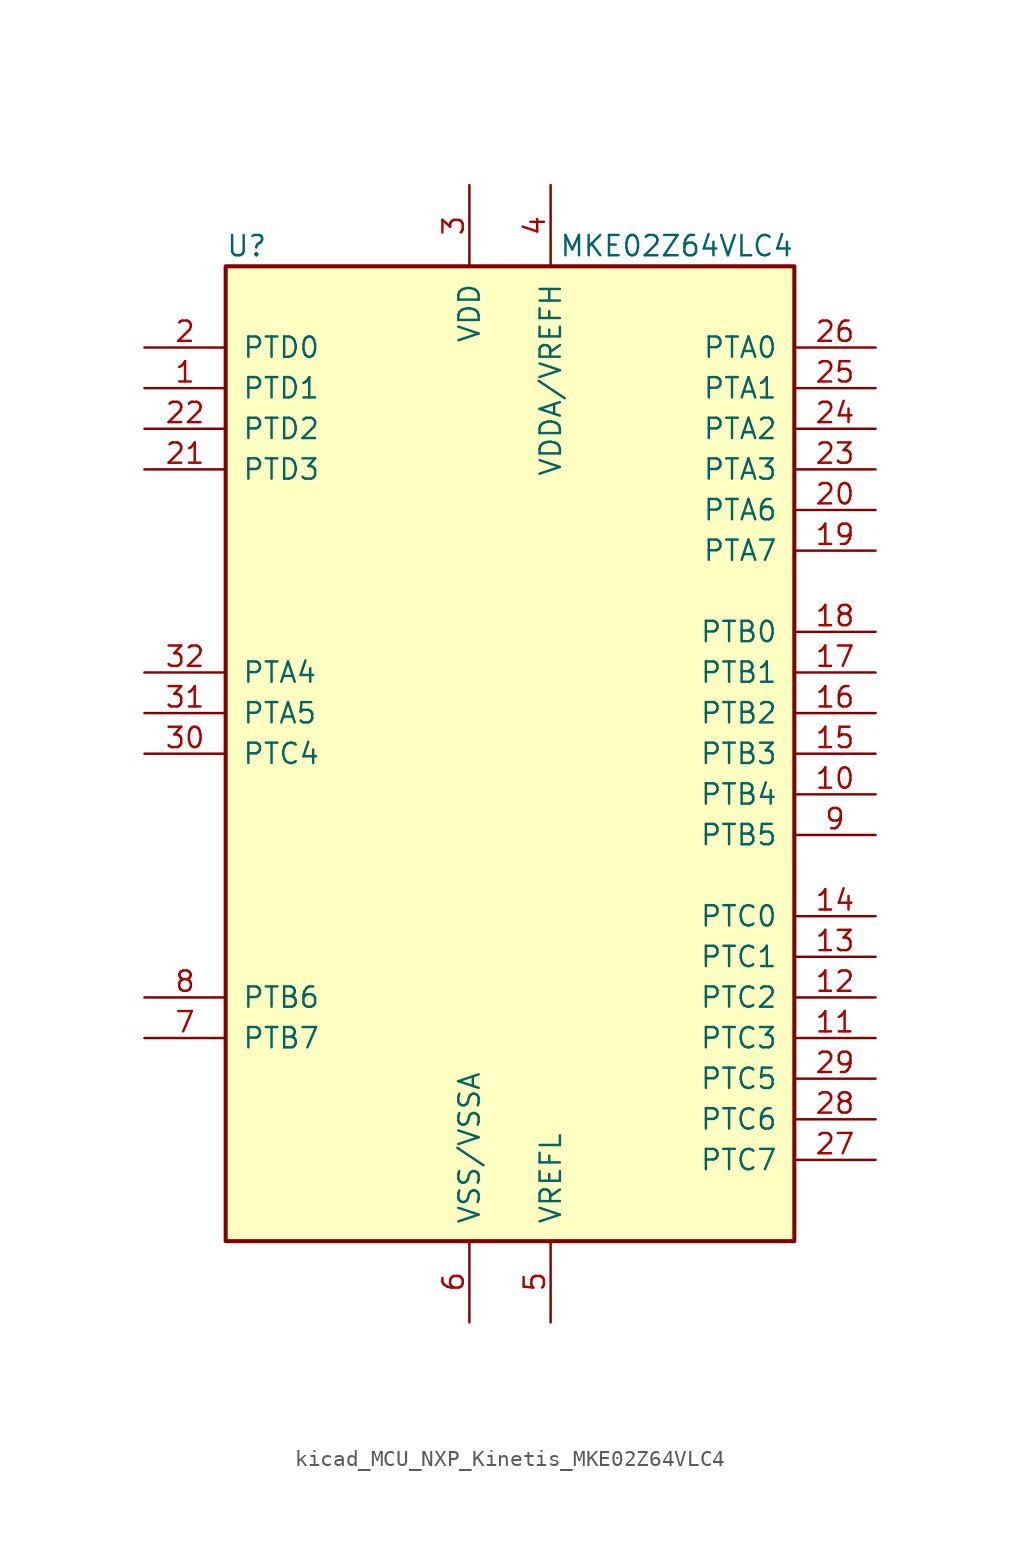
<source format=kicad_sym>
(kicad_symbol_lib
  (version 20220914)
  (generator kicad_symbol_editor)
  (symbol "kicad_MCU_NXP_Kinetis_MKE02Z64VLC4"
    (pin_names
      (offset 1.016))
    (property "Reference" "U"
      (at -17.78 31.75 0)
      (effects (font (size 1.27 1.27)) (justify left)))
    (property "Value" "MKE02Z64VLC4"
      (at 17.78 31.75 0)
      (effects (font (size 1.27 1.27)) (justify right)))
    (symbol "kicad_MCU_NXP_Kinetis_MKE02Z64VLC4_0_1"
      (rectangle (start -17.78 30.48) (end 17.78 -30.48) (stroke (width 0.254) (type default)) (fill (type background))))
    (symbol "kicad_MCU_NXP_Kinetis_MKE02Z64VLC4_1_1"
      (pin bidirectional line (at -22.86 22.86 0) (length 5.08) (name "PTD1" (effects (font (size 1.27 1.27)))) (number "1" (effects (font (size 1.27 1.27)))))
      (pin bidirectional line (at 22.86 -2.54 180) (length 5.08) (name "PTB4" (effects (font (size 1.27 1.27)))) (number "10" (effects (font (size 1.27 1.27)))))
      (pin bidirectional line (at 22.86 -17.78 180) (length 5.08) (name "PTC3" (effects (font (size 1.27 1.27)))) (number "11" (effects (font (size 1.27 1.27)))))
      (pin bidirectional line (at 22.86 -15.24 180) (length 5.08) (name "PTC2" (effects (font (size 1.27 1.27)))) (number "12" (effects (font (size 1.27 1.27)))))
      (pin bidirectional line (at 22.86 -12.7 180) (length 5.08) (name "PTC1" (effects (font (size 1.27 1.27)))) (number "13" (effects (font (size 1.27 1.27)))))
      (pin bidirectional line (at 22.86 -10.16 180) (length 5.08) (name "PTC0" (effects (font (size 1.27 1.27)))) (number "14" (effects (font (size 1.27 1.27)))))
      (pin bidirectional line (at 22.86 0 180) (length 5.08) (name "PTB3" (effects (font (size 1.27 1.27)))) (number "15" (effects (font (size 1.27 1.27)))))
      (pin bidirectional line (at 22.86 2.54 180) (length 5.08) (name "PTB2" (effects (font (size 1.27 1.27)))) (number "16" (effects (font (size 1.27 1.27)))))
      (pin bidirectional line (at 22.86 5.08 180) (length 5.08) (name "PTB1" (effects (font (size 1.27 1.27)))) (number "17" (effects (font (size 1.27 1.27)))))
      (pin bidirectional line (at 22.86 7.62 180) (length 5.08) (name "PTB0" (effects (font (size 1.27 1.27)))) (number "18" (effects (font (size 1.27 1.27)))))
      (pin bidirectional line (at 22.86 12.7 180) (length 5.08) (name "PTA7" (effects (font (size 1.27 1.27)))) (number "19" (effects (font (size 1.27 1.27)))))
      (pin bidirectional line (at -22.86 25.4 0) (length 5.08) (name "PTD0" (effects (font (size 1.27 1.27)))) (number "2" (effects (font (size 1.27 1.27)))))
      (pin bidirectional line (at 22.86 15.24 180) (length 5.08) (name "PTA6" (effects (font (size 1.27 1.27)))) (number "20" (effects (font (size 1.27 1.27)))))
      (pin bidirectional line (at -22.86 17.78 0) (length 5.08) (name "PTD3" (effects (font (size 1.27 1.27)))) (number "21" (effects (font (size 1.27 1.27)))))
      (pin bidirectional line (at -22.86 20.32 0) (length 5.08) (name "PTD2" (effects (font (size 1.27 1.27)))) (number "22" (effects (font (size 1.27 1.27)))))
      (pin bidirectional line (at 22.86 17.78 180) (length 5.08) (name "PTA3" (effects (font (size 1.27 1.27)))) (number "23" (effects (font (size 1.27 1.27)))))
      (pin bidirectional line (at 22.86 20.32 180) (length 5.08) (name "PTA2" (effects (font (size 1.27 1.27)))) (number "24" (effects (font (size 1.27 1.27)))))
      (pin bidirectional line (at 22.86 22.86 180) (length 5.08) (name "PTA1" (effects (font (size 1.27 1.27)))) (number "25" (effects (font (size 1.27 1.27)))))
      (pin bidirectional line (at 22.86 25.4 180) (length 5.08) (name "PTA0" (effects (font (size 1.27 1.27)))) (number "26" (effects (font (size 1.27 1.27)))))
      (pin bidirectional line (at 22.86 -25.4 180) (length 5.08) (name "PTC7" (effects (font (size 1.27 1.27)))) (number "27" (effects (font (size 1.27 1.27)))))
      (pin bidirectional line (at 22.86 -22.86 180) (length 5.08) (name "PTC6" (effects (font (size 1.27 1.27)))) (number "28" (effects (font (size 1.27 1.27)))))
      (pin bidirectional line (at 22.86 -20.32 180) (length 5.08) (name "PTC5" (effects (font (size 1.27 1.27)))) (number "29" (effects (font (size 1.27 1.27)))))
      (pin power_in line (at -2.54 35.56 270) (length 5.08) (name "VDD" (effects (font (size 1.27 1.27)))) (number "3" (effects (font (size 1.27 1.27)))))
      (pin bidirectional line (at -22.86 0 0) (length 5.08) (name "PTC4" (effects (font (size 1.27 1.27)))) (number "30" (effects (font (size 1.27 1.27)))))
      (pin bidirectional line (at -22.86 2.54 0) (length 5.08) (name "PTA5" (effects (font (size 1.27 1.27)))) (number "31" (effects (font (size 1.27 1.27)))))
      (pin bidirectional line (at -22.86 5.08 0) (length 5.08) (name "PTA4" (effects (font (size 1.27 1.27)))) (number "32" (effects (font (size 1.27 1.27)))))
      (pin power_in line (at 2.54 35.56 270) (length 5.08) (name "VDDA/VREFH" (effects (font (size 1.27 1.27)))) (number "4" (effects (font (size 1.27 1.27)))))
      (pin power_in line (at 2.54 -35.56 90) (length 5.08) (name "VREFL" (effects (font (size 1.27 1.27)))) (number "5" (effects (font (size 1.27 1.27)))))
      (pin power_in line (at -2.54 -35.56 90) (length 5.08) (name "VSS/VSSA" (effects (font (size 1.27 1.27)))) (number "6" (effects (font (size 1.27 1.27)))))
      (pin bidirectional line (at -22.86 -17.78 0) (length 5.08) (name "PTB7" (effects (font (size 1.27 1.27)))) (number "7" (effects (font (size 1.27 1.27)))))
      (pin bidirectional line (at -22.86 -15.24 0) (length 5.08) (name "PTB6" (effects (font (size 1.27 1.27)))) (number "8" (effects (font (size 1.27 1.27)))))
      (pin bidirectional line (at 22.86 -5.08 180) (length 5.08) (name "PTB5" (effects (font (size 1.27 1.27)))) (number "9" (effects (font (size 1.27 1.27))))))))
</source>
